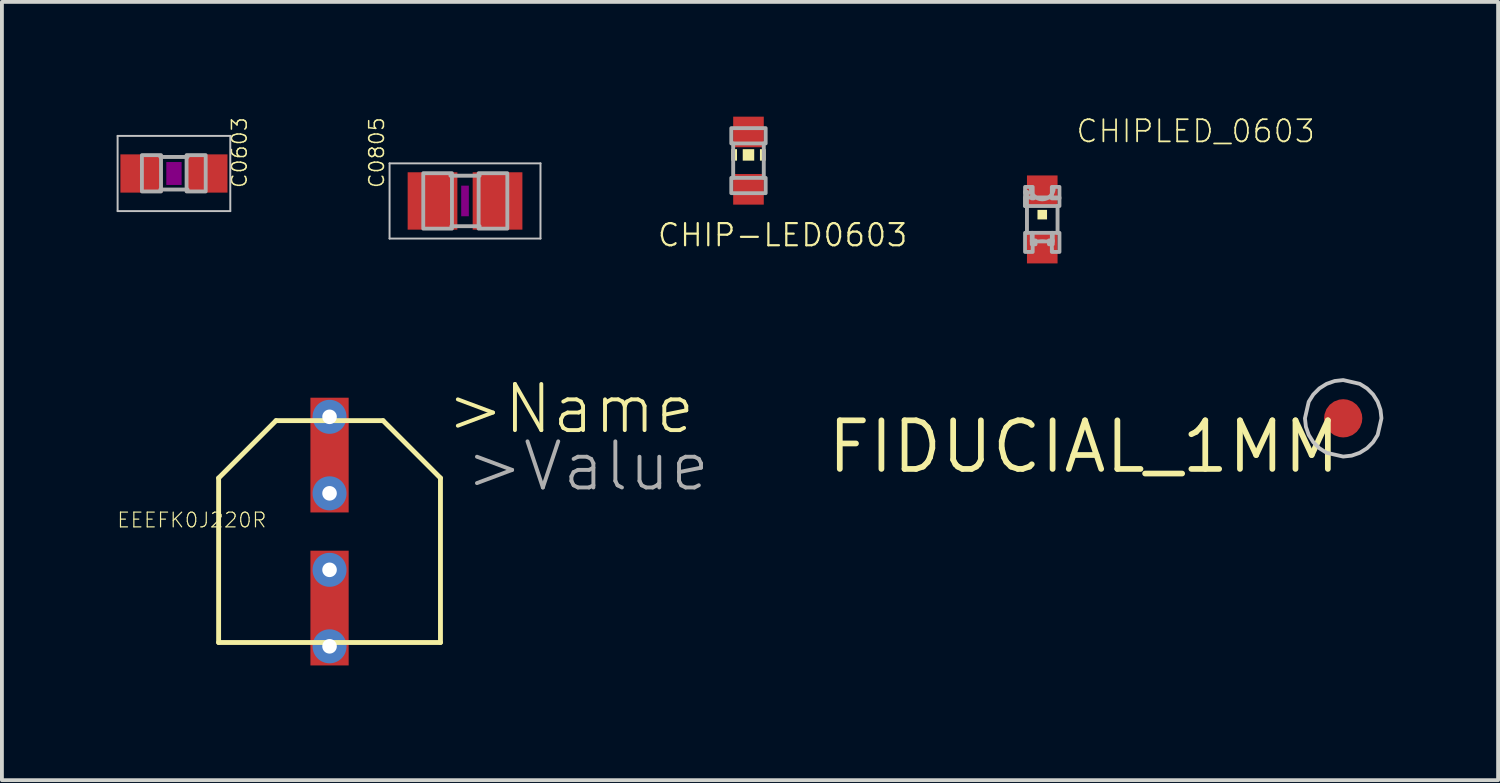
<source format=kicad_pcb>
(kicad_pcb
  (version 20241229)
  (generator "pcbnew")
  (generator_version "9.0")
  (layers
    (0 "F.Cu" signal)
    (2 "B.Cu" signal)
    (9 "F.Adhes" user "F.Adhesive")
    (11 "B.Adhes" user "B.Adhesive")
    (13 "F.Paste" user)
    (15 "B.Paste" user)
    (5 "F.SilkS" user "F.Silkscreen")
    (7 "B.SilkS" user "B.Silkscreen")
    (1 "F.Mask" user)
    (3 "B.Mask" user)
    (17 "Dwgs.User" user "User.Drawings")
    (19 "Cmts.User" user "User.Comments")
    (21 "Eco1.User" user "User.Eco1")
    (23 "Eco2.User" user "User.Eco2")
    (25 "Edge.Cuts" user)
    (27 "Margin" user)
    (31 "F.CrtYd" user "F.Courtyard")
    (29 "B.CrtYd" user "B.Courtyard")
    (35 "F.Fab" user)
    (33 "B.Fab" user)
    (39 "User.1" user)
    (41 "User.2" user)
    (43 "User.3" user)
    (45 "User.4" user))
  (footprint "FIDUCIAL_1MM"
    (layer "F.Cu")
    (at 32.068 7.887)
    (property "Reference" "FIDUCIAL_1MM" (at 0 0 0) (layer "F.SilkS") (effects (font (size 1.27 1.27) (thickness 0.15)) (justify right top)))
    (attr through_hole)
    (fp_poly (pts (xy -1 0) (xy -0.975 0.223) (xy -0.901 0.434) (xy -0.782 0.623) (xy -0.623 0.782) (xy -0.434 0.901) (xy 0 1) (xy 0.223 0.975) (xy 0.434 0.901) (xy 0.623 0.782) (xy 0.782 0.623) (xy 0.901 0.434) (xy 1 0) (xy 0.975 -0.223) (xy 0.901 -0.434) (xy 0.782 -0.623) (xy 0.623 -0.782) (xy 0.434 -0.901) (xy 0 -1) (xy -0.223 -0.975) (xy -0.434 -0.901) (xy -0.623 -0.782) (xy -0.782 -0.623) (xy -0.901 -0.434)) (stroke (width 0) (type solid)) (fill yes) (layer "F.Mask"))
    (fp_poly (pts (xy -1 0) (xy -0.975 0.223) (xy -0.901 0.434) (xy -0.782 0.623) (xy -0.623 0.782) (xy -0.434 0.901) (xy 0 1) (xy 0.223 0.975) (xy 0.434 0.901) (xy 0.623 0.782) (xy 0.782 0.623) (xy 0.901 0.434) (xy 1 0) (xy 0.975 -0.223) (xy 0.901 -0.434) (xy 0.782 -0.623) (xy 0.623 -0.782) (xy 0.434 -0.901) (xy 0 -1) (xy -0.223 -0.975) (xy -0.434 -0.901) (xy -0.623 -0.782) (xy -0.782 -0.623) (xy -0.901 -0.434)) (stroke (width 0.1) (type solid)) (fill no) (layer "Dwgs.User"))
    (pad "1" smd roundrect (at 0 0) (size 1 1) (layers "F.Cu" "F.Mask") (roundrect_rratio 0.5)))
  (footprint "CHIP-LED0603"
    (layer "F.Cu")
    (at 16.519 1.15)
    (property "Reference" "CHIP-LED0603" (at -2.413 2.286 0) (layer "F.SilkS") (effects (font (size 0.579 0.579) (thickness 0.058)) (justify left bottom)))
    (attr through_hole)
    (fp_poly (pts (xy -0.45 0) (xy -0.3 0) (xy -0.3 -0.3) (xy -0.45 -0.3)) (stroke (width 0) (type solid)) (fill yes) (layer "F.SilkS"))
    (fp_poly (pts (xy -0.15 0) (xy 0.15 0) (xy 0.15 -0.3) (xy -0.15 -0.3)) (stroke (width 0) (type solid)) (fill yes) (layer "F.SilkS"))
    (fp_poly (pts (xy 0.3 0) (xy 0.45 0) (xy 0.45 -0.3) (xy 0.3 -0.3)) (stroke (width 0) (type solid)) (fill yes) (layer "F.SilkS"))
    (fp_line (start -0.4 -0.45) (end -0.4 0.45) (stroke (width 0.102) (type solid)) (layer "F.Fab"))
    (fp_line (start 0.4 -0.45) (end 0.4 0.45) (stroke (width 0.102) (type solid)) (layer "F.Fab"))
    (fp_poly (pts (xy -0.45 -0.45) (xy 0.45 -0.45) (xy 0.45 -0.85) (xy -0.45 -0.85)) (stroke (width 0.1) (type solid)) (fill no) (layer "F.Fab"))
    (fp_poly (pts (xy -0.45 0.85) (xy 0.45 0.85) (xy 0.45 0.45) (xy -0.45 0.45)) (stroke (width 0.1) (type solid)) (fill no) (layer "F.Fab"))
    (pad "A" smd rect (at 0 0.75) (size 0.8 0.8) (layers "F.Cu" "F.Mask" "F.Paste"))
    (pad "C" smd rect (at 0 -0.75) (size 0.8 0.8) (layers "F.Cu" "F.Mask" "F.Paste")))
  (footprint "C0603"
    (layer "F.Cu")
    (at 1.498 1.486)
    (property "Reference" "C0603" (at 1.938 0.409 270) (layer "F.SilkS") (effects (font (size 0.386 0.386) (thickness 0.039)) (justify left bottom)))
    (attr through_hole)
    (fp_poly (pts (xy -0.2 0.3) (xy 0.2 0.3) (xy 0.2 -0.3) (xy -0.2 -0.3)) (stroke (width 0) (type solid)) (fill yes) (layer "F.Adhes"))
    (fp_line (start -1.473 -0.983) (end 1.473 -0.983) (stroke (width 0.051) (type solid)) (layer "Dwgs.User"))
    (fp_line (start -1.473 0.983) (end -1.473 -0.983) (stroke (width 0.051) (type solid)) (layer "Dwgs.User"))
    (fp_line (start 1.473 -0.983) (end 1.473 0.983) (stroke (width 0.051) (type solid)) (layer "Dwgs.User"))
    (fp_line (start 1.473 0.983) (end -1.473 0.983) (stroke (width 0.051) (type solid)) (layer "Dwgs.User"))
    (fp_line (start -0.356 -0.432) (end 0.356 -0.432) (stroke (width 0.102) (type solid)) (layer "F.Fab"))
    (fp_line (start -0.356 0.419) (end 0.356 0.419) (stroke (width 0.102) (type solid)) (layer "F.Fab"))
    (fp_poly (pts (xy -0.838 0.47) (xy -0.338 0.47) (xy -0.338 -0.48) (xy -0.838 -0.48)) (stroke (width 0.1) (type solid)) (fill no) (layer "F.Fab"))
    (fp_poly (pts (xy 0.33 0.47) (xy 0.83 0.47) (xy 0.83 -0.48) (xy 0.33 -0.48)) (stroke (width 0.1) (type solid)) (fill no) (layer "F.Fab"))
    (pad "1" smd rect (at -0.85 0) (size 1.1 1) (layers "F.Cu" "F.Mask" "F.Paste"))
    (pad "2" smd rect (at 0.85 0) (size 1.1 1) (layers "F.Cu" "F.Mask" "F.Paste")))
  (footprint "C0805"
    (layer "F.Cu")
    (at 9.108 2.204)
    (property "Reference" "C0805" (at -2.084 -0.309 90) (layer "F.SilkS") (effects (font (size 0.386 0.386) (thickness 0.039)) (justify left bottom)))
    (attr through_hole)
    (fp_poly (pts (xy -0.1 0.4) (xy 0.1 0.4) (xy 0.1 -0.4) (xy -0.1 -0.4)) (stroke (width 0) (type solid)) (fill yes) (layer "F.Adhes"))
    (fp_line (start -1.973 -0.983) (end 1.973 -0.983) (stroke (width 0.051) (type solid)) (layer "Dwgs.User"))
    (fp_line (start -1.973 0.983) (end -1.973 -0.983) (stroke (width 0.051) (type solid)) (layer "Dwgs.User"))
    (fp_line (start 1.973 -0.983) (end 1.973 0.983) (stroke (width 0.051) (type solid)) (layer "Dwgs.User"))
    (fp_line (start 1.973 0.983) (end -1.973 0.983) (stroke (width 0.051) (type solid)) (layer "Dwgs.User"))
    (fp_line (start -0.381 -0.66) (end 0.381 -0.66) (stroke (width 0.102) (type solid)) (layer "F.Fab"))
    (fp_line (start -0.356 0.66) (end 0.381 0.66) (stroke (width 0.102) (type solid)) (layer "F.Fab"))
    (fp_poly (pts (xy -1.092 0.724) (xy -0.342 0.724) (xy -0.342 -0.726) (xy -1.092 -0.726)) (stroke (width 0.1) (type solid)) (fill no) (layer "F.Fab"))
    (fp_poly (pts (xy 0.356 0.724) (xy 1.106 0.724) (xy 1.106 -0.726) (xy 0.356 -0.726)) (stroke (width 0.1) (type solid)) (fill no) (layer "F.Fab"))
    (pad "1" smd rect (at -0.85 0) (size 1.3 1.5) (layers "F.Cu" "F.Mask" "F.Paste"))
    (pad "2" smd rect (at 0.85 0) (size 1.3 1.5) (layers "F.Cu" "F.Mask" "F.Paste")))
  (footprint "EEEFK0J220R"
    (layer "F.Cu")
    (at 5.566 10.848)
    (property "Reference" "EEEFK0J220R" (at -3.6 -0.3 0) (layer "F.SilkS") (effects (font (size 0.386 0.386) (thickness 0.031))))
    (attr through_hole)
    (fp_line (start -2.9 -1.4) (end -1.4 -2.9) (stroke (width 0.127) (type solid)) (layer "F.SilkS"))
    (fp_line (start -2.9 2.9) (end -2.9 -1.4) (stroke (width 0.127) (type solid)) (layer "F.SilkS"))
    (fp_line (start -1.4 -2.9) (end 1.4 -2.9) (stroke (width 0.127) (type solid)) (layer "F.SilkS"))
    (fp_line (start 1.4 -2.9) (end 2.9 -1.4) (stroke (width 0.127) (type solid)) (layer "F.SilkS"))
    (fp_line (start 2.9 -1.4) (end 2.9 2.9) (stroke (width 0.127) (type solid)) (layer "F.SilkS"))
    (fp_line (start 2.9 2.9) (end -2.9 2.9) (stroke (width 0.127) (type solid)) (layer "F.SilkS"))
    (fp_text user ">Name" (at 3 -2.5 0) (layer "F.SilkS") (effects (font (size 1.206 1.206) (thickness 0.102)) (justify left bottom)))
    (fp_text user ">Value" (at 3.5 -1 0) (layer "F.Fab") (effects (font (size 1.206 1.206) (thickness 0.102)) (justify left bottom)))
    (pad "P$1" smd rect (at 0 -2 90) (size 3 1) (layers "F.Cu" "F.Mask" "F.Paste"))
    (pad "P$2" smd rect (at 0 2 90) (size 3 1) (layers "F.Cu" "F.Mask" "F.Paste"))
    (pad "P$3" thru_hole circle (at 0 -1) (size 0.889 0.889) (drill 0.381) (layers "*.Cu" "*.Mask"))
    (pad "P$5" thru_hole circle (at 0 -3) (size 0.889 0.889) (drill 0.381) (layers "*.Cu" "*.Mask"))
    (pad "P$6" thru_hole circle (at 0 1) (size 0.889 0.889) (drill 0.381) (layers "*.Cu" "*.Mask"))
    (pad "P$8" thru_hole circle (at 0 3) (size 0.889 0.889) (drill 0.381) (layers "*.Cu" "*.Mask")))
  (footprint "CHIPLED_0603"
    (layer "F.Cu")
    (at 24.2 2.687)
    (property "Reference" "CHIPLED_0603" (at 0.851 -1.968 0) (layer "F.SilkS") (effects (font (size 0.579 0.579) (thickness 0.046)) (justify left bottom)))
    (attr through_hole)
    (fp_poly (pts (xy -0.125 0) (xy 0.125 0) (xy 0.125 -0.25) (xy -0.125 -0.25)) (stroke (width 0) (type solid)) (fill yes) (layer "F.SilkS"))
    (fp_line (start -0.4 -0.375) (end -0.4 0.35) (stroke (width 0.102) (type solid)) (layer "F.Fab"))
    (fp_line (start 0.4 -0.35) (end 0.4 0.35) (stroke (width 0.102) (type solid)) (layer "F.Fab"))
    (fp_arc (start -0.275 0.825) (mid 0 0.55) (end 0.275 0.825) (stroke (width 0.0508) (type solid)) (layer "F.Fab"))
    (fp_arc (start 0.3 -0.825) (mid 0 -0.525) (end -0.3 -0.825) (stroke (width 0.1016) (type solid)) (layer "F.Fab"))
    (fp_circle (center -0.35 -0.625) (end -0.275 -0.625) (stroke (width 0.051) (type solid)) (fill no) (layer "F.Fab"))
    (fp_poly (pts (xy -0.45 -0.7) (xy -0.25 -0.7) (xy -0.25 -0.85) (xy -0.45 -0.85)) (stroke (width 0.1) (type solid)) (fill no) (layer "F.Fab"))
    (fp_poly (pts (xy -0.45 -0.35) (xy -0.4 -0.35) (xy -0.4 -0.725) (xy -0.45 -0.725)) (stroke (width 0.1) (type solid)) (fill no) (layer "F.Fab"))
    (fp_poly (pts (xy -0.45 -0.35) (xy 0.45 -0.35) (xy 0.45 -0.575) (xy -0.45 -0.575)) (stroke (width 0.1) (type solid)) (fill no) (layer "F.Fab"))
    (fp_poly (pts (xy -0.45 0.85) (xy -0.25 0.85) (xy -0.25 0.35) (xy -0.45 0.35)) (stroke (width 0.1) (type solid)) (fill no) (layer "F.Fab"))
    (fp_poly (pts (xy -0.275 -0.55) (xy -0.225 -0.55) (xy -0.225 -0.6) (xy -0.275 -0.6)) (stroke (width 0.1) (type solid)) (fill no) (layer "F.Fab"))
    (fp_poly (pts (xy -0.275 0.575) (xy 0.275 0.575) (xy 0.275 0.35) (xy -0.275 0.35)) (stroke (width 0.1) (type solid)) (fill no) (layer "F.Fab"))
    (fp_poly (pts (xy -0.275 0.65) (xy -0.175 0.65) (xy -0.175 0.55) (xy -0.275 0.55)) (stroke (width 0.1) (type solid)) (fill no) (layer "F.Fab"))
    (fp_poly (pts (xy 0.175 0.65) (xy 0.275 0.65) (xy 0.275 0.55) (xy 0.175 0.55)) (stroke (width 0.1) (type solid)) (fill no) (layer "F.Fab"))
    (fp_poly (pts (xy 0.25 -0.55) (xy 0.45 -0.55) (xy 0.45 -0.85) (xy 0.25 -0.85)) (stroke (width 0.1) (type solid)) (fill no) (layer "F.Fab"))
    (fp_poly (pts (xy 0.25 0.85) (xy 0.45 0.85) (xy 0.45 0.35) (xy 0.25 0.35)) (stroke (width 0.1) (type solid)) (fill no) (layer "F.Fab"))
    (pad "A" smd rect (at 0 0.75) (size 0.8 0.8) (layers "F.Cu" "F.Mask" "F.Paste"))
    (pad "C" smd rect (at 0 -0.75) (size 0.8 0.8) (layers "F.Cu" "F.Mask" "F.Paste")))
  (gr_rect
    (start -3 -3)
    (end 36.118 17.348)
    (stroke (width 0.1) (type default))
    (fill no)
    (layer "Edge.Cuts")))
</source>
